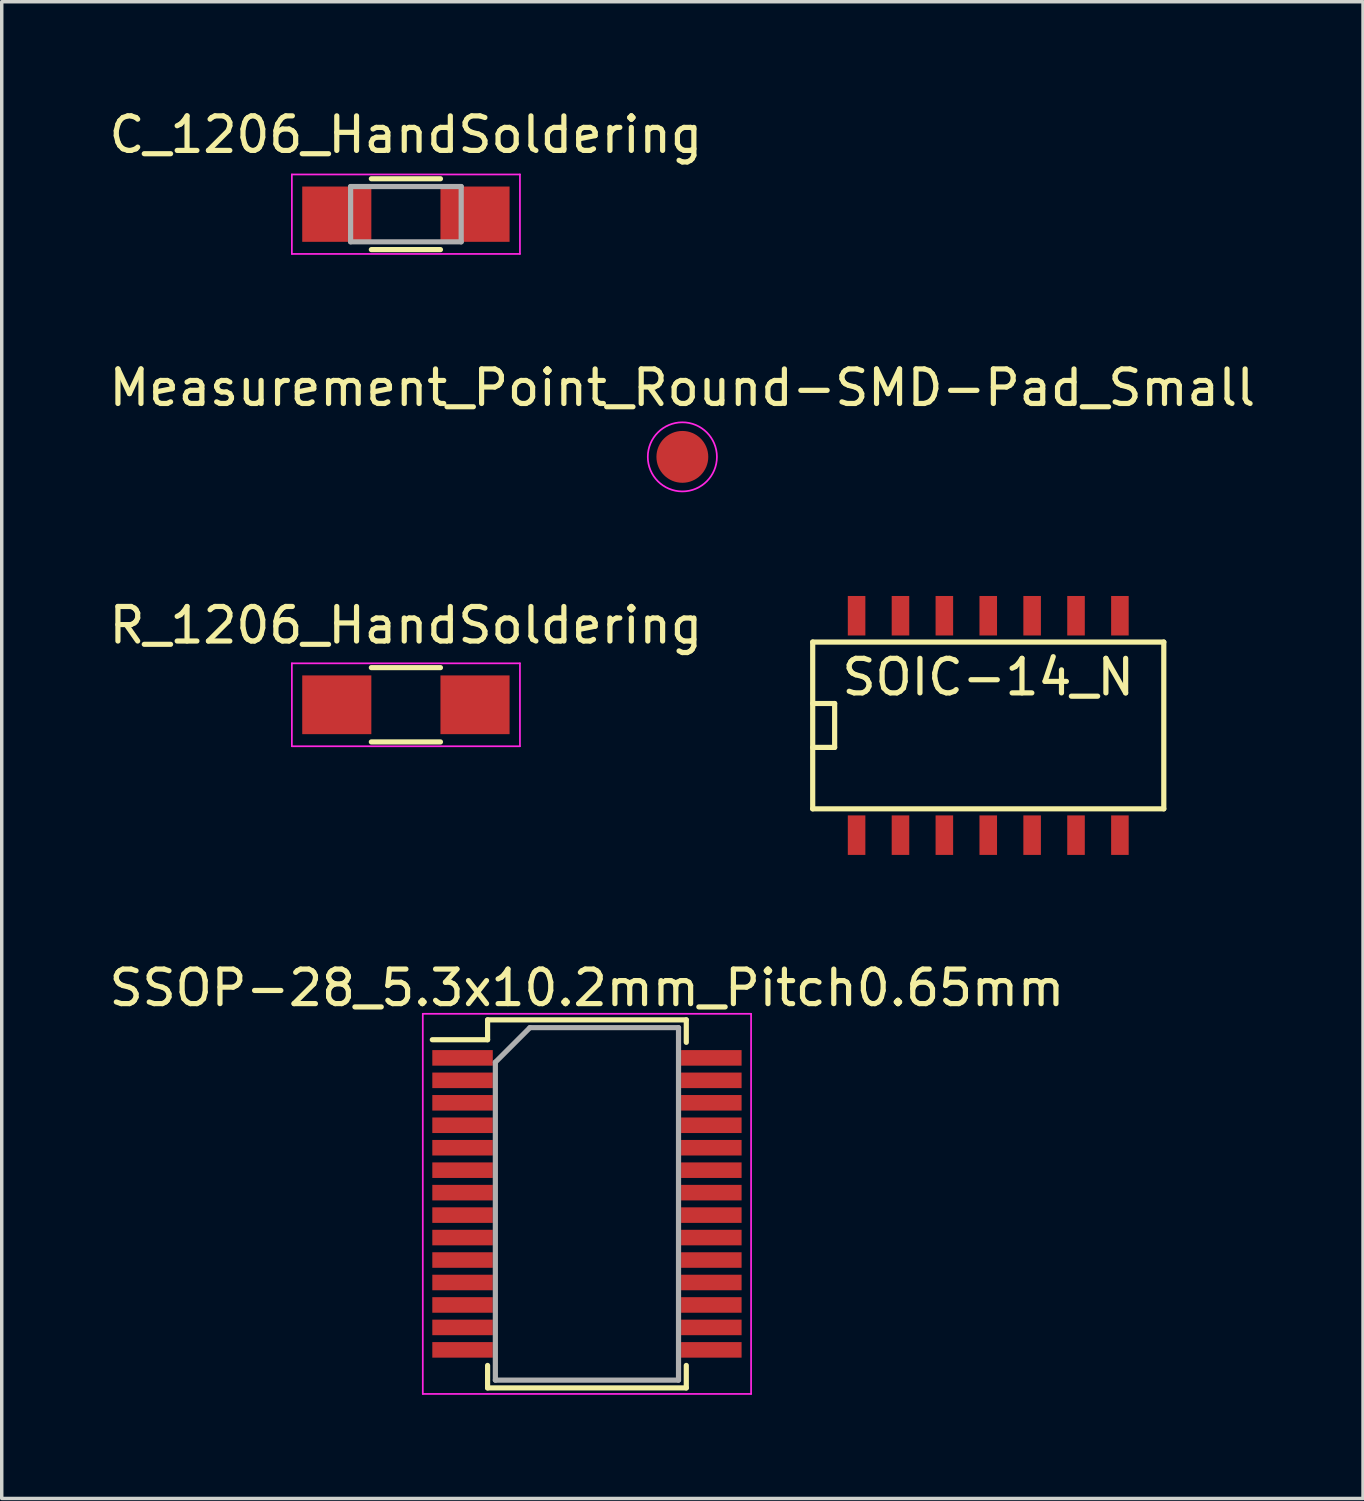
<source format=kicad_pcb>
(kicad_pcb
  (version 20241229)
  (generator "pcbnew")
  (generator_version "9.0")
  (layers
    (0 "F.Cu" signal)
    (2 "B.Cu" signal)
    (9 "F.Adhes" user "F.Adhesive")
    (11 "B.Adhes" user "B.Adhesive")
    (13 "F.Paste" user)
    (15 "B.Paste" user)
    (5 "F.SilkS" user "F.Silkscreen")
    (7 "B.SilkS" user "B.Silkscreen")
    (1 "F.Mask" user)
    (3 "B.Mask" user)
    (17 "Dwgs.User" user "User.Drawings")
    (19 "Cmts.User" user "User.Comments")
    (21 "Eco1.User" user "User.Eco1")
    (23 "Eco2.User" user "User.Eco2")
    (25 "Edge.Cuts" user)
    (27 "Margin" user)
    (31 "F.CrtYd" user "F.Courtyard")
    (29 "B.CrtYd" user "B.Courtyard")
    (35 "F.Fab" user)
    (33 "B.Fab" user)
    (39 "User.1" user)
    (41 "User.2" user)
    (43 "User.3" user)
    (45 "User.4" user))
  (footprint "R_1206_HandSoldering"
    (layer "F.Cu")
    (at 8.696 17.345)
    (property "Reference" "R_1206_HandSoldering" (at 0 -2.3 0) (layer "F.SilkS") (effects (font (size 1 1) (thickness 0.15))))
    (attr smd)
    (fp_line (start -1 -1.075) (end 1 -1.075) (stroke (width 0.15) (type solid)) (layer "F.SilkS"))
    (fp_line (start 1 1.075) (end -1 1.075) (stroke (width 0.15) (type solid)) (layer "F.SilkS"))
    (fp_line (start -3.3 -1.2) (end -3.3 1.2) (stroke (width 0.05) (type solid)) (layer "F.CrtYd"))
    (fp_line (start -3.3 -1.2) (end 3.3 -1.2) (stroke (width 0.05) (type solid)) (layer "F.CrtYd"))
    (fp_line (start -3.3 1.2) (end 3.3 1.2) (stroke (width 0.05) (type solid)) (layer "F.CrtYd"))
    (fp_line (start 3.3 -1.2) (end 3.3 1.2) (stroke (width 0.05) (type solid)) (layer "F.CrtYd"))
    (pad "1" smd rect (at -2 0) (size 2 1.7) (layers "F.Cu" "F.Mask" "F.Paste"))
    (pad "2" smd rect (at 2 0) (size 2 1.7) (layers "F.Cu" "F.Mask" "F.Paste")))
  (footprint "SOIC-14_N"
    (layer "F.Cu")
    (at 25.548 17.816)
    (property "Reference" "SOIC-14_N" (at 0 -1.27 0) (layer "F.SilkS") (effects (font (size 1 1) (thickness 0.15))))
    (attr smd)
    (fp_line (start -5.08 -2.286) (end 5.08 -2.286) (stroke (width 0.15) (type solid)) (layer "F.SilkS"))
    (fp_line (start -5.08 -0.508) (end -4.445 -0.508) (stroke (width 0.15) (type solid)) (layer "F.SilkS"))
    (fp_line (start -5.08 2.54) (end -5.08 -2.286) (stroke (width 0.15) (type solid)) (layer "F.SilkS"))
    (fp_line (start -4.445 -0.508) (end -4.445 0.762) (stroke (width 0.15) (type solid)) (layer "F.SilkS"))
    (fp_line (start -4.445 0.762) (end -5.08 0.762) (stroke (width 0.15) (type solid)) (layer "F.SilkS"))
    (fp_line (start 5.08 -2.286) (end 5.08 2.54) (stroke (width 0.15) (type solid)) (layer "F.SilkS"))
    (fp_line (start 5.08 2.54) (end -5.08 2.54) (stroke (width 0.15) (type solid)) (layer "F.SilkS"))
    (pad "1" smd rect (at -3.81 3.302) (size 0.508 1.143) (layers "F.Cu" "F.Mask" "F.Paste"))
    (pad "2" smd rect (at -2.54 3.302) (size 0.508 1.143) (layers "F.Cu" "F.Mask" "F.Paste"))
    (pad "3" smd rect (at -1.27 3.302) (size 0.508 1.143) (layers "F.Cu" "F.Mask" "F.Paste"))
    (pad "4" smd rect (at 0 3.302) (size 0.508 1.143) (layers "F.Cu" "F.Mask" "F.Paste"))
    (pad "5" smd rect (at 1.27 3.302) (size 0.508 1.143) (layers "F.Cu" "F.Mask" "F.Paste"))
    (pad "6" smd rect (at 2.54 3.302) (size 0.508 1.143) (layers "F.Cu" "F.Mask" "F.Paste"))
    (pad "7" smd rect (at 3.81 3.302) (size 0.508 1.143) (layers "F.Cu" "F.Mask" "F.Paste"))
    (pad "8" smd rect (at 3.81 -3.048) (size 0.508 1.143) (layers "F.Cu" "F.Mask" "F.Paste"))
    (pad "9" smd rect (at 2.54 -3.048) (size 0.508 1.143) (layers "F.Cu" "F.Mask" "F.Paste"))
    (pad "10" smd rect (at 1.27 -3.048) (size 0.508 1.143) (layers "F.Cu" "F.Mask" "F.Paste"))
    (pad "11" smd rect (at 0 -3.048) (size 0.508 1.143) (layers "F.Cu" "F.Mask" "F.Paste"))
    (pad "12" smd rect (at -1.27 -3.048) (size 0.508 1.143) (layers "F.Cu" "F.Mask" "F.Paste"))
    (pad "13" smd rect (at -2.54 -3.048) (size 0.508 1.143) (layers "F.Cu" "F.Mask" "F.Paste"))
    (pad "14" smd rect (at -3.81 -3.048) (size 0.508 1.143) (layers "F.Cu" "F.Mask" "F.Paste")))
  (footprint "Measurement_Point_Round-SMD-Pad_Small"
    (layer "F.Cu")
    (at 16.696 10.171)
    (property "Reference" "Measurement_Point_Round-SMD-Pad_Small" (at 0 -2 0) (layer "F.SilkS") (effects (font (size 1 1) (thickness 0.15))))
    (attr exclude_from_pos_files exclude_from_bom)
    (fp_circle (center 0 0) (end 1 0) (stroke (width 0.05) (type solid)) (fill no) (layer "F.CrtYd"))
    (pad "1" smd circle (at 0 0) (size 1.5 1.5) (layers "F.Cu" "F.Mask")))
  (footprint "SSOP-28_5.3x10.2mm_Pitch0.65mm"
    (layer "F.Cu")
    (at 13.935 31.788)
    (property "Reference" "SSOP-28_5.3x10.2mm_Pitch0.65mm" (at 0 -6.25 0) (layer "F.SilkS") (effects (font (size 1 1) (thickness 0.15))))
    (attr smd)
    (fp_line (start -2.875 -5.325) (end -2.875 -4.75) (stroke (width 0.15) (type solid)) (layer "F.SilkS"))
    (fp_line (start -2.875 -5.325) (end 2.875 -5.325) (stroke (width 0.15) (type solid)) (layer "F.SilkS"))
    (fp_line (start -2.875 -4.75) (end -4.475 -4.75) (stroke (width 0.15) (type solid)) (layer "F.SilkS"))
    (fp_line (start -2.875 5.325) (end -2.875 4.675) (stroke (width 0.15) (type solid)) (layer "F.SilkS"))
    (fp_line (start -2.875 5.325) (end 2.875 5.325) (stroke (width 0.15) (type solid)) (layer "F.SilkS"))
    (fp_line (start 2.875 -5.325) (end 2.875 -4.675) (stroke (width 0.15) (type solid)) (layer "F.SilkS"))
    (fp_line (start 2.875 5.325) (end 2.875 4.675) (stroke (width 0.15) (type solid)) (layer "F.SilkS"))
    (fp_line (start -4.75 -5.5) (end -4.75 5.5) (stroke (width 0.05) (type solid)) (layer "F.CrtYd"))
    (fp_line (start -4.75 -5.5) (end 4.75 -5.5) (stroke (width 0.05) (type solid)) (layer "F.CrtYd"))
    (fp_line (start -4.75 5.5) (end 4.75 5.5) (stroke (width 0.05) (type solid)) (layer "F.CrtYd"))
    (fp_line (start 4.75 -5.5) (end 4.75 5.5) (stroke (width 0.05) (type solid)) (layer "F.CrtYd"))
    (fp_line (start -2.65 -4.1) (end -1.65 -5.1) (stroke (width 0.15) (type solid)) (layer "F.Fab"))
    (fp_line (start -2.65 5.1) (end -2.65 -4.1) (stroke (width 0.15) (type solid)) (layer "F.Fab"))
    (fp_line (start -1.65 -5.1) (end 2.65 -5.1) (stroke (width 0.15) (type solid)) (layer "F.Fab"))
    (fp_line (start 2.65 -5.1) (end 2.65 5.1) (stroke (width 0.15) (type solid)) (layer "F.Fab"))
    (fp_line (start 2.65 5.1) (end -2.65 5.1) (stroke (width 0.15) (type solid)) (layer "F.Fab"))
    (pad "1" smd rect (at -3.6 -4.225) (size 1.75 0.45) (layers "F.Cu" "F.Mask" "F.Paste"))
    (pad "2" smd rect (at -3.6 -3.575) (size 1.75 0.45) (layers "F.Cu" "F.Mask" "F.Paste"))
    (pad "3" smd rect (at -3.6 -2.925) (size 1.75 0.45) (layers "F.Cu" "F.Mask" "F.Paste"))
    (pad "4" smd rect (at -3.6 -2.275) (size 1.75 0.45) (layers "F.Cu" "F.Mask" "F.Paste"))
    (pad "5" smd rect (at -3.6 -1.625) (size 1.75 0.45) (layers "F.Cu" "F.Mask" "F.Paste"))
    (pad "6" smd rect (at -3.6 -0.975) (size 1.75 0.45) (layers "F.Cu" "F.Mask" "F.Paste"))
    (pad "7" smd rect (at -3.6 -0.325) (size 1.75 0.45) (layers "F.Cu" "F.Mask" "F.Paste"))
    (pad "8" smd rect (at -3.6 0.325) (size 1.75 0.45) (layers "F.Cu" "F.Mask" "F.Paste"))
    (pad "9" smd rect (at -3.6 0.975) (size 1.75 0.45) (layers "F.Cu" "F.Mask" "F.Paste"))
    (pad "10" smd rect (at -3.6 1.625) (size 1.75 0.45) (layers "F.Cu" "F.Mask" "F.Paste"))
    (pad "11" smd rect (at -3.6 2.275) (size 1.75 0.45) (layers "F.Cu" "F.Mask" "F.Paste"))
    (pad "12" smd rect (at -3.6 2.925) (size 1.75 0.45) (layers "F.Cu" "F.Mask" "F.Paste"))
    (pad "13" smd rect (at -3.6 3.575) (size 1.75 0.45) (layers "F.Cu" "F.Mask" "F.Paste"))
    (pad "14" smd rect (at -3.6 4.225) (size 1.75 0.45) (layers "F.Cu" "F.Mask" "F.Paste"))
    (pad "15" smd rect (at 3.6 4.225) (size 1.75 0.45) (layers "F.Cu" "F.Mask" "F.Paste"))
    (pad "16" smd rect (at 3.6 3.575) (size 1.75 0.45) (layers "F.Cu" "F.Mask" "F.Paste"))
    (pad "17" smd rect (at 3.6 2.925) (size 1.75 0.45) (layers "F.Cu" "F.Mask" "F.Paste"))
    (pad "18" smd rect (at 3.6 2.275) (size 1.75 0.45) (layers "F.Cu" "F.Mask" "F.Paste"))
    (pad "19" smd rect (at 3.6 1.625) (size 1.75 0.45) (layers "F.Cu" "F.Mask" "F.Paste"))
    (pad "20" smd rect (at 3.6 0.975) (size 1.75 0.45) (layers "F.Cu" "F.Mask" "F.Paste"))
    (pad "21" smd rect (at 3.6 0.325) (size 1.75 0.45) (layers "F.Cu" "F.Mask" "F.Paste"))
    (pad "22" smd rect (at 3.6 -0.325) (size 1.75 0.45) (layers "F.Cu" "F.Mask" "F.Paste"))
    (pad "23" smd rect (at 3.6 -0.975) (size 1.75 0.45) (layers "F.Cu" "F.Mask" "F.Paste"))
    (pad "24" smd rect (at 3.6 -1.625) (size 1.75 0.45) (layers "F.Cu" "F.Mask" "F.Paste"))
    (pad "25" smd rect (at 3.6 -2.275) (size 1.75 0.45) (layers "F.Cu" "F.Mask" "F.Paste"))
    (pad "26" smd rect (at 3.6 -2.925) (size 1.75 0.45) (layers "F.Cu" "F.Mask" "F.Paste"))
    (pad "27" smd rect (at 3.6 -3.575) (size 1.75 0.45) (layers "F.Cu" "F.Mask" "F.Paste"))
    (pad "28" smd rect (at 3.6 -4.225) (size 1.75 0.45) (layers "F.Cu" "F.Mask" "F.Paste")))
  (footprint "C_1206_HandSoldering"
    (layer "F.Cu")
    (at 8.696 3.148)
    (property "Reference" "C_1206_HandSoldering" (at 0 -2.3 0) (layer "F.SilkS") (effects (font (size 1 1) (thickness 0.15))))
    (attr smd)
    (fp_line (start -1 1.025) (end 1 1.025) (stroke (width 0.15) (type solid)) (layer "F.SilkS"))
    (fp_line (start 1 -1.025) (end -1 -1.025) (stroke (width 0.15) (type solid)) (layer "F.SilkS"))
    (fp_line (start -3.3 -1.15) (end -3.3 1.15) (stroke (width 0.05) (type solid)) (layer "F.CrtYd"))
    (fp_line (start -3.3 -1.15) (end 3.3 -1.15) (stroke (width 0.05) (type solid)) (layer "F.CrtYd"))
    (fp_line (start -3.3 1.15) (end 3.3 1.15) (stroke (width 0.05) (type solid)) (layer "F.CrtYd"))
    (fp_line (start 3.3 -1.15) (end 3.3 1.15) (stroke (width 0.05) (type solid)) (layer "F.CrtYd"))
    (fp_line (start -1.6 -0.8) (end 1.6 -0.8) (stroke (width 0.15) (type solid)) (layer "F.Fab"))
    (fp_line (start -1.6 0.8) (end -1.6 -0.8) (stroke (width 0.15) (type solid)) (layer "F.Fab"))
    (fp_line (start 1.6 -0.8) (end 1.6 0.8) (stroke (width 0.15) (type solid)) (layer "F.Fab"))
    (fp_line (start 1.6 0.8) (end -1.6 0.8) (stroke (width 0.15) (type solid)) (layer "F.Fab"))
    (pad "1" smd rect (at -2 0) (size 2 1.6) (layers "F.Cu" "F.Mask" "F.Paste"))
    (pad "2" smd rect (at 2 0) (size 2 1.6) (layers "F.Cu" "F.Mask" "F.Paste")))
  (gr_rect
    (start -3 -3)
    (end 36.393 40.313)
    (stroke (width 0.1) (type default))
    (fill no)
    (layer "Edge.Cuts")))
</source>
